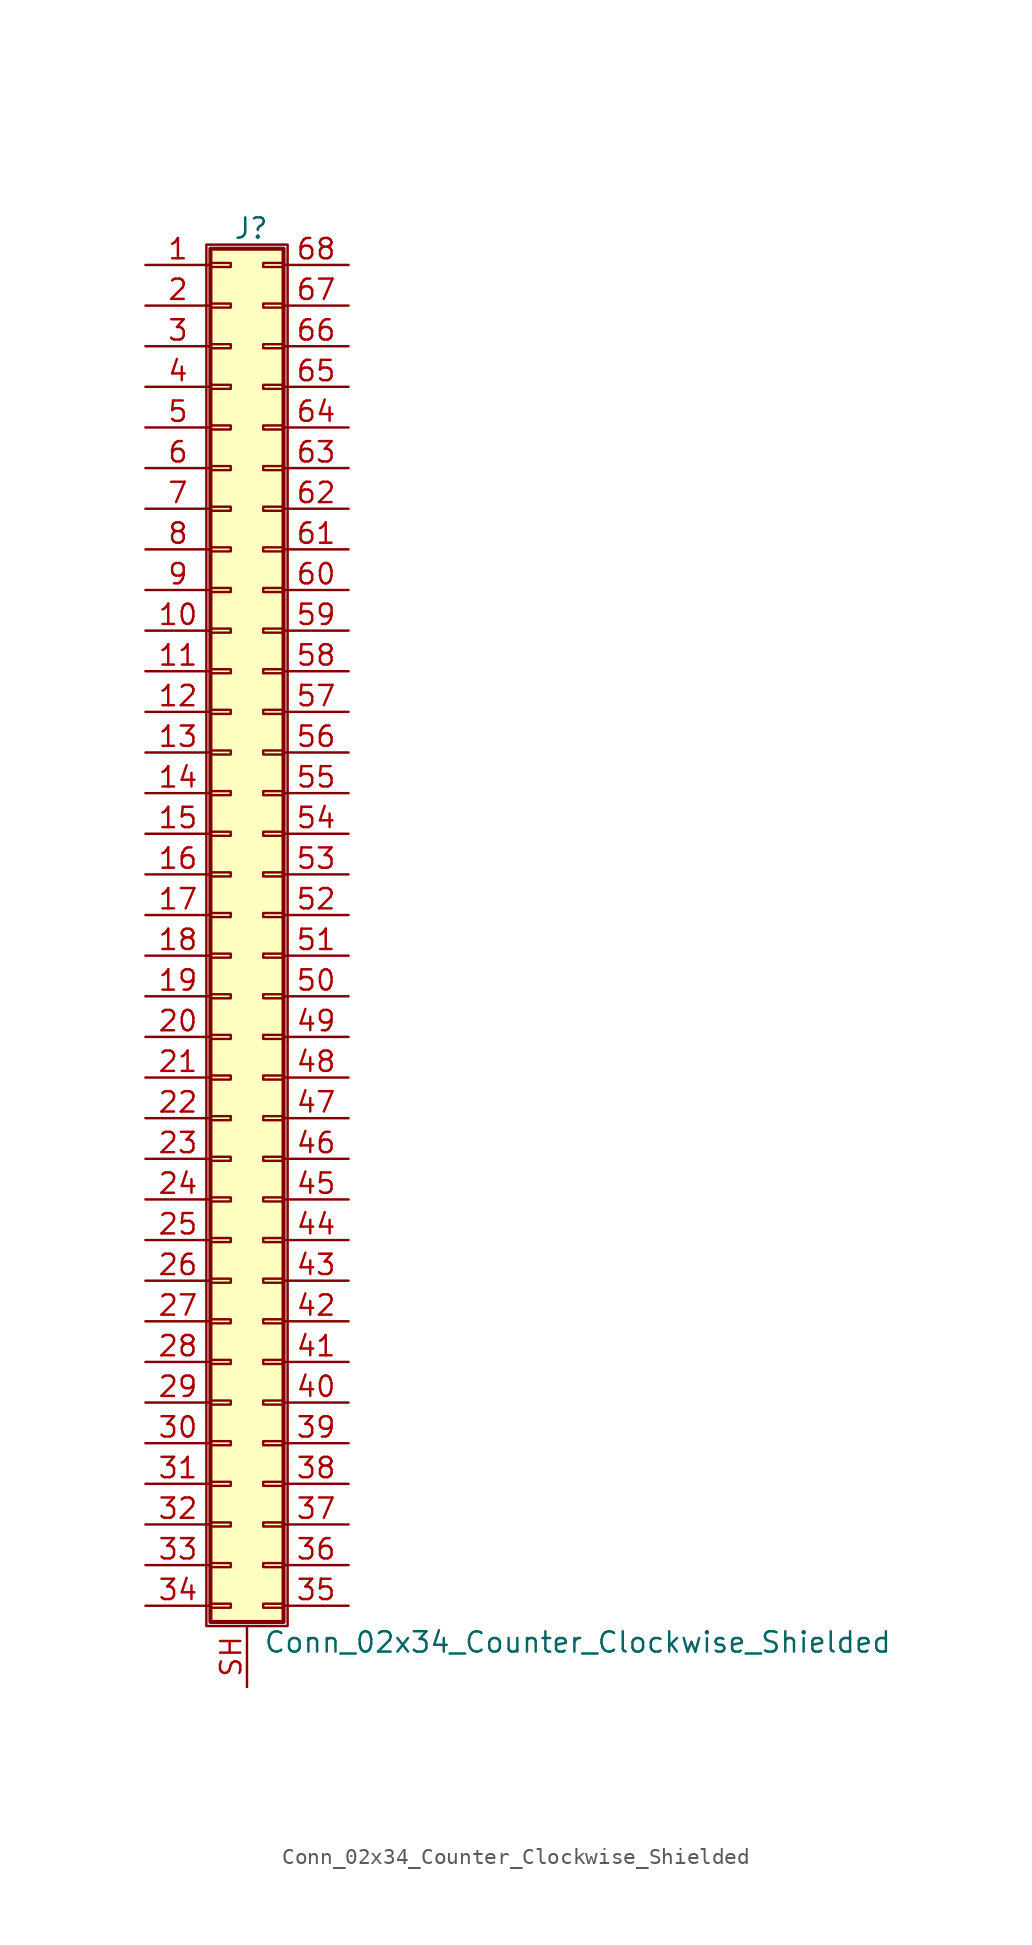
<source format=kicad_sym>
(kicad_symbol_lib
  (version 20201005)
  (generator kicad_symbol_editor)
  (symbol "Conn_02x34_Counter_Clockwise_Shielded"
    (pin_names
      (offset 1.016) hide)
    (property "Reference" "J"
      (at 1.524 42.926 0)
      (effects (font (size 1.27 1.27))))
    (property "Value" "Conn_02x34_Counter_Clockwise_Shielded"
      (at 2.286 -45.466 0)
      (effects (font (size 1.27 1.27)) (justify left)))
    (symbol "Conn_02x34_Counter_Clockwise_Shielded_1_1"
      (rectangle (start -1.27 41.91) (end 3.81 -44.45) (stroke (width 0.152)) (fill (type none)))
      (rectangle (start -1.016 -43.053) (end 0.254 -43.307) (stroke (width 0.152)) (fill (type none)))
      (rectangle (start -1.016 -40.513) (end 0.254 -40.767) (stroke (width 0.152)) (fill (type none)))
      (rectangle (start -1.016 -37.973) (end 0.254 -38.227) (stroke (width 0.152)) (fill (type none)))
      (rectangle (start -1.016 -35.433) (end 0.254 -35.687) (stroke (width 0.152)) (fill (type none)))
      (rectangle (start -1.016 -32.893) (end 0.254 -33.147) (stroke (width 0.152)) (fill (type none)))
      (rectangle (start -1.016 -30.353) (end 0.254 -30.607) (stroke (width 0.152)) (fill (type none)))
      (rectangle (start -1.016 -27.813) (end 0.254 -28.067) (stroke (width 0.152)) (fill (type none)))
      (rectangle (start -1.016 -25.273) (end 0.254 -25.527) (stroke (width 0.152)) (fill (type none)))
      (rectangle (start -1.016 -22.733) (end 0.254 -22.987) (stroke (width 0.152)) (fill (type none)))
      (rectangle (start -1.016 -20.193) (end 0.254 -20.447) (stroke (width 0.152)) (fill (type none)))
      (rectangle (start -1.016 -17.653) (end 0.254 -17.907) (stroke (width 0.152)) (fill (type none)))
      (rectangle (start -1.016 -15.113) (end 0.254 -15.367) (stroke (width 0.152)) (fill (type none)))
      (rectangle (start -1.016 -12.573) (end 0.254 -12.827) (stroke (width 0.152)) (fill (type none)))
      (rectangle (start -1.016 -10.033) (end 0.254 -10.287) (stroke (width 0.152)) (fill (type none)))
      (rectangle (start -1.016 -7.493) (end 0.254 -7.747) (stroke (width 0.152)) (fill (type none)))
      (rectangle (start -1.016 -4.953) (end 0.254 -5.207) (stroke (width 0.152)) (fill (type none)))
      (rectangle (start -1.016 -2.413) (end 0.254 -2.667) (stroke (width 0.152)) (fill (type none)))
      (rectangle (start -1.016 0.127) (end 0.254 -0.127) (stroke (width 0.152)) (fill (type none)))
      (rectangle (start -1.016 2.667) (end 0.254 2.413) (stroke (width 0.152)) (fill (type none)))
      (rectangle (start -1.016 5.207) (end 0.254 4.953) (stroke (width 0.152)) (fill (type none)))
      (rectangle (start -1.016 7.747) (end 0.254 7.493) (stroke (width 0.152)) (fill (type none)))
      (rectangle (start -1.016 10.287) (end 0.254 10.033) (stroke (width 0.152)) (fill (type none)))
      (rectangle (start -1.016 12.827) (end 0.254 12.573) (stroke (width 0.152)) (fill (type none)))
      (rectangle (start -1.016 15.367) (end 0.254 15.113) (stroke (width 0.152)) (fill (type none)))
      (rectangle (start -1.016 17.907) (end 0.254 17.653) (stroke (width 0.152)) (fill (type none)))
      (rectangle (start -1.016 20.447) (end 0.254 20.193) (stroke (width 0.152)) (fill (type none)))
      (rectangle (start -1.016 22.987) (end 0.254 22.733) (stroke (width 0.152)) (fill (type none)))
      (rectangle (start -1.016 25.527) (end 0.254 25.273) (stroke (width 0.152)) (fill (type none)))
      (rectangle (start -1.016 28.067) (end 0.254 27.813) (stroke (width 0.152)) (fill (type none)))
      (rectangle (start -1.016 30.607) (end 0.254 30.353) (stroke (width 0.152)) (fill (type none)))
      (rectangle (start -1.016 33.147) (end 0.254 32.893) (stroke (width 0.152)) (fill (type none)))
      (rectangle (start -1.016 35.687) (end 0.254 35.433) (stroke (width 0.152)) (fill (type none)))
      (rectangle (start -1.016 38.227) (end 0.254 37.973) (stroke (width 0.152)) (fill (type none)))
      (rectangle (start -1.016 40.767) (end 0.254 40.513) (stroke (width 0.152)) (fill (type none)))
      (rectangle (start 3.556 -43.053) (end 2.286 -43.307) (stroke (width 0.152)) (fill (type none)))
      (rectangle (start 3.556 -40.513) (end 2.286 -40.767) (stroke (width 0.152)) (fill (type none)))
      (rectangle (start 3.556 -37.973) (end 2.286 -38.227) (stroke (width 0.152)) (fill (type none)))
      (rectangle (start 3.556 -35.433) (end 2.286 -35.687) (stroke (width 0.152)) (fill (type none)))
      (rectangle (start 3.556 -32.893) (end 2.286 -33.147) (stroke (width 0.152)) (fill (type none)))
      (rectangle (start 3.556 -30.353) (end 2.286 -30.607) (stroke (width 0.152)) (fill (type none)))
      (rectangle (start 3.556 -27.813) (end 2.286 -28.067) (stroke (width 0.152)) (fill (type none)))
      (rectangle (start 3.556 -25.273) (end 2.286 -25.527) (stroke (width 0.152)) (fill (type none)))
      (rectangle (start 3.556 -22.733) (end 2.286 -22.987) (stroke (width 0.152)) (fill (type none)))
      (rectangle (start 3.556 -20.193) (end 2.286 -20.447) (stroke (width 0.152)) (fill (type none)))
      (rectangle (start 3.556 -17.653) (end 2.286 -17.907) (stroke (width 0.152)) (fill (type none)))
      (rectangle (start 3.556 -15.113) (end 2.286 -15.367) (stroke (width 0.152)) (fill (type none)))
      (rectangle (start 3.556 -12.573) (end 2.286 -12.827) (stroke (width 0.152)) (fill (type none)))
      (rectangle (start 3.556 -10.033) (end 2.286 -10.287) (stroke (width 0.152)) (fill (type none)))
      (rectangle (start 3.556 -7.493) (end 2.286 -7.747) (stroke (width 0.152)) (fill (type none)))
      (rectangle (start 3.556 -4.953) (end 2.286 -5.207) (stroke (width 0.152)) (fill (type none)))
      (rectangle (start 3.556 -2.413) (end 2.286 -2.667) (stroke (width 0.152)) (fill (type none)))
      (rectangle (start 3.556 0.127) (end 2.286 -0.127) (stroke (width 0.152)) (fill (type none)))
      (rectangle (start 3.556 2.667) (end 2.286 2.413) (stroke (width 0.152)) (fill (type none)))
      (rectangle (start 3.556 5.207) (end 2.286 4.953) (stroke (width 0.152)) (fill (type none)))
      (rectangle (start 3.556 7.747) (end 2.286 7.493) (stroke (width 0.152)) (fill (type none)))
      (rectangle (start 3.556 10.287) (end 2.286 10.033) (stroke (width 0.152)) (fill (type none)))
      (rectangle (start 3.556 12.827) (end 2.286 12.573) (stroke (width 0.152)) (fill (type none)))
      (rectangle (start 3.556 15.367) (end 2.286 15.113) (stroke (width 0.152)) (fill (type none)))
      (rectangle (start 3.556 17.907) (end 2.286 17.653) (stroke (width 0.152)) (fill (type none)))
      (rectangle (start 3.556 20.447) (end 2.286 20.193) (stroke (width 0.152)) (fill (type none)))
      (rectangle (start 3.556 22.987) (end 2.286 22.733) (stroke (width 0.152)) (fill (type none)))
      (rectangle (start 3.556 25.527) (end 2.286 25.273) (stroke (width 0.152)) (fill (type none)))
      (rectangle (start 3.556 28.067) (end 2.286 27.813) (stroke (width 0.152)) (fill (type none)))
      (rectangle (start 3.556 30.607) (end 2.286 30.353) (stroke (width 0.152)) (fill (type none)))
      (rectangle (start 3.556 33.147) (end 2.286 32.893) (stroke (width 0.152)) (fill (type none)))
      (rectangle (start 3.556 35.687) (end 2.286 35.433) (stroke (width 0.152)) (fill (type none)))
      (rectangle (start 3.556 38.227) (end 2.286 37.973) (stroke (width 0.152)) (fill (type none)))
      (rectangle (start 3.556 40.767) (end 2.286 40.513) (stroke (width 0.152)) (fill (type none)))
      (rectangle (start -1.016 41.656) (end 3.556 -44.196) (stroke (width 0.254)) (fill (type background)))
      (pin passive line (at -5.08 40.64 0) (length 4.064) (name "Pin_1" (effects (font (size 1.27 1.27)))) (number "1" (effects (font (size 1.27 1.27)))))
      (pin passive line (at -5.08 17.78 0) (length 4.064) (name "Pin_10" (effects (font (size 1.27 1.27)))) (number "10" (effects (font (size 1.27 1.27)))))
      (pin passive line (at -5.08 15.24 0) (length 4.064) (name "Pin_11" (effects (font (size 1.27 1.27)))) (number "11" (effects (font (size 1.27 1.27)))))
      (pin passive line (at -5.08 12.7 0) (length 4.064) (name "Pin_12" (effects (font (size 1.27 1.27)))) (number "12" (effects (font (size 1.27 1.27)))))
      (pin passive line (at -5.08 10.16 0) (length 4.064) (name "Pin_13" (effects (font (size 1.27 1.27)))) (number "13" (effects (font (size 1.27 1.27)))))
      (pin passive line (at -5.08 7.62 0) (length 4.064) (name "Pin_14" (effects (font (size 1.27 1.27)))) (number "14" (effects (font (size 1.27 1.27)))))
      (pin passive line (at -5.08 5.08 0) (length 4.064) (name "Pin_15" (effects (font (size 1.27 1.27)))) (number "15" (effects (font (size 1.27 1.27)))))
      (pin passive line (at -5.08 2.54 0) (length 4.064) (name "Pin_16" (effects (font (size 1.27 1.27)))) (number "16" (effects (font (size 1.27 1.27)))))
      (pin passive line (at -5.08 0 0) (length 4.064) (name "Pin_17" (effects (font (size 1.27 1.27)))) (number "17" (effects (font (size 1.27 1.27)))))
      (pin passive line (at -5.08 -2.54 0) (length 4.064) (name "Pin_18" (effects (font (size 1.27 1.27)))) (number "18" (effects (font (size 1.27 1.27)))))
      (pin passive line (at -5.08 -5.08 0) (length 4.064) (name "Pin_19" (effects (font (size 1.27 1.27)))) (number "19" (effects (font (size 1.27 1.27)))))
      (pin passive line (at -5.08 38.1 0) (length 4.064) (name "Pin_2" (effects (font (size 1.27 1.27)))) (number "2" (effects (font (size 1.27 1.27)))))
      (pin passive line (at -5.08 -7.62 0) (length 4.064) (name "Pin_20" (effects (font (size 1.27 1.27)))) (number "20" (effects (font (size 1.27 1.27)))))
      (pin passive line (at -5.08 -10.16 0) (length 4.064) (name "Pin_21" (effects (font (size 1.27 1.27)))) (number "21" (effects (font (size 1.27 1.27)))))
      (pin passive line (at -5.08 -12.7 0) (length 4.064) (name "Pin_22" (effects (font (size 1.27 1.27)))) (number "22" (effects (font (size 1.27 1.27)))))
      (pin passive line (at -5.08 -15.24 0) (length 4.064) (name "Pin_23" (effects (font (size 1.27 1.27)))) (number "23" (effects (font (size 1.27 1.27)))))
      (pin passive line (at -5.08 -17.78 0) (length 4.064) (name "Pin_24" (effects (font (size 1.27 1.27)))) (number "24" (effects (font (size 1.27 1.27)))))
      (pin passive line (at -5.08 -20.32 0) (length 4.064) (name "Pin_25" (effects (font (size 1.27 1.27)))) (number "25" (effects (font (size 1.27 1.27)))))
      (pin passive line (at -5.08 -22.86 0) (length 4.064) (name "Pin_26" (effects (font (size 1.27 1.27)))) (number "26" (effects (font (size 1.27 1.27)))))
      (pin passive line (at -5.08 -25.4 0) (length 4.064) (name "Pin_27" (effects (font (size 1.27 1.27)))) (number "27" (effects (font (size 1.27 1.27)))))
      (pin passive line (at -5.08 -27.94 0) (length 4.064) (name "Pin_28" (effects (font (size 1.27 1.27)))) (number "28" (effects (font (size 1.27 1.27)))))
      (pin passive line (at -5.08 -30.48 0) (length 4.064) (name "Pin_29" (effects (font (size 1.27 1.27)))) (number "29" (effects (font (size 1.27 1.27)))))
      (pin passive line (at -5.08 35.56 0) (length 4.064) (name "Pin_3" (effects (font (size 1.27 1.27)))) (number "3" (effects (font (size 1.27 1.27)))))
      (pin passive line (at -5.08 -33.02 0) (length 4.064) (name "Pin_30" (effects (font (size 1.27 1.27)))) (number "30" (effects (font (size 1.27 1.27)))))
      (pin passive line (at -5.08 -35.56 0) (length 4.064) (name "Pin_31" (effects (font (size 1.27 1.27)))) (number "31" (effects (font (size 1.27 1.27)))))
      (pin passive line (at -5.08 -38.1 0) (length 4.064) (name "Pin_32" (effects (font (size 1.27 1.27)))) (number "32" (effects (font (size 1.27 1.27)))))
      (pin passive line (at -5.08 -40.64 0) (length 4.064) (name "Pin_33" (effects (font (size 1.27 1.27)))) (number "33" (effects (font (size 1.27 1.27)))))
      (pin passive line (at -5.08 -43.18 0) (length 4.064) (name "Pin_34" (effects (font (size 1.27 1.27)))) (number "34" (effects (font (size 1.27 1.27)))))
      (pin passive line (at 7.62 -43.18 180) (length 4.064) (name "Pin_35" (effects (font (size 1.27 1.27)))) (number "35" (effects (font (size 1.27 1.27)))))
      (pin passive line (at 7.62 -40.64 180) (length 4.064) (name "Pin_36" (effects (font (size 1.27 1.27)))) (number "36" (effects (font (size 1.27 1.27)))))
      (pin passive line (at 7.62 -38.1 180) (length 4.064) (name "Pin_37" (effects (font (size 1.27 1.27)))) (number "37" (effects (font (size 1.27 1.27)))))
      (pin passive line (at 7.62 -35.56 180) (length 4.064) (name "Pin_38" (effects (font (size 1.27 1.27)))) (number "38" (effects (font (size 1.27 1.27)))))
      (pin passive line (at 7.62 -33.02 180) (length 4.064) (name "Pin_39" (effects (font (size 1.27 1.27)))) (number "39" (effects (font (size 1.27 1.27)))))
      (pin passive line (at -5.08 33.02 0) (length 4.064) (name "Pin_4" (effects (font (size 1.27 1.27)))) (number "4" (effects (font (size 1.27 1.27)))))
      (pin passive line (at 7.62 -30.48 180) (length 4.064) (name "Pin_40" (effects (font (size 1.27 1.27)))) (number "40" (effects (font (size 1.27 1.27)))))
      (pin passive line (at 7.62 -27.94 180) (length 4.064) (name "Pin_41" (effects (font (size 1.27 1.27)))) (number "41" (effects (font (size 1.27 1.27)))))
      (pin passive line (at 7.62 -25.4 180) (length 4.064) (name "Pin_42" (effects (font (size 1.27 1.27)))) (number "42" (effects (font (size 1.27 1.27)))))
      (pin passive line (at 7.62 -22.86 180) (length 4.064) (name "Pin_43" (effects (font (size 1.27 1.27)))) (number "43" (effects (font (size 1.27 1.27)))))
      (pin passive line (at 7.62 -20.32 180) (length 4.064) (name "Pin_44" (effects (font (size 1.27 1.27)))) (number "44" (effects (font (size 1.27 1.27)))))
      (pin passive line (at 7.62 -17.78 180) (length 4.064) (name "Pin_45" (effects (font (size 1.27 1.27)))) (number "45" (effects (font (size 1.27 1.27)))))
      (pin passive line (at 7.62 -15.24 180) (length 4.064) (name "Pin_46" (effects (font (size 1.27 1.27)))) (number "46" (effects (font (size 1.27 1.27)))))
      (pin passive line (at 7.62 -12.7 180) (length 4.064) (name "Pin_47" (effects (font (size 1.27 1.27)))) (number "47" (effects (font (size 1.27 1.27)))))
      (pin passive line (at 7.62 -10.16 180) (length 4.064) (name "Pin_48" (effects (font (size 1.27 1.27)))) (number "48" (effects (font (size 1.27 1.27)))))
      (pin passive line (at 7.62 -7.62 180) (length 4.064) (name "Pin_49" (effects (font (size 1.27 1.27)))) (number "49" (effects (font (size 1.27 1.27)))))
      (pin passive line (at -5.08 30.48 0) (length 4.064) (name "Pin_5" (effects (font (size 1.27 1.27)))) (number "5" (effects (font (size 1.27 1.27)))))
      (pin passive line (at 7.62 -5.08 180) (length 4.064) (name "Pin_50" (effects (font (size 1.27 1.27)))) (number "50" (effects (font (size 1.27 1.27)))))
      (pin passive line (at 7.62 -2.54 180) (length 4.064) (name "Pin_51" (effects (font (size 1.27 1.27)))) (number "51" (effects (font (size 1.27 1.27)))))
      (pin passive line (at 7.62 0 180) (length 4.064) (name "Pin_52" (effects (font (size 1.27 1.27)))) (number "52" (effects (font (size 1.27 1.27)))))
      (pin passive line (at 7.62 2.54 180) (length 4.064) (name "Pin_53" (effects (font (size 1.27 1.27)))) (number "53" (effects (font (size 1.27 1.27)))))
      (pin passive line (at 7.62 5.08 180) (length 4.064) (name "Pin_54" (effects (font (size 1.27 1.27)))) (number "54" (effects (font (size 1.27 1.27)))))
      (pin passive line (at 7.62 7.62 180) (length 4.064) (name "Pin_55" (effects (font (size 1.27 1.27)))) (number "55" (effects (font (size 1.27 1.27)))))
      (pin passive line (at 7.62 10.16 180) (length 4.064) (name "Pin_56" (effects (font (size 1.27 1.27)))) (number "56" (effects (font (size 1.27 1.27)))))
      (pin passive line (at 7.62 12.7 180) (length 4.064) (name "Pin_57" (effects (font (size 1.27 1.27)))) (number "57" (effects (font (size 1.27 1.27)))))
      (pin passive line (at 7.62 15.24 180) (length 4.064) (name "Pin_58" (effects (font (size 1.27 1.27)))) (number "58" (effects (font (size 1.27 1.27)))))
      (pin passive line (at 7.62 17.78 180) (length 4.064) (name "Pin_59" (effects (font (size 1.27 1.27)))) (number "59" (effects (font (size 1.27 1.27)))))
      (pin passive line (at -5.08 27.94 0) (length 4.064) (name "Pin_6" (effects (font (size 1.27 1.27)))) (number "6" (effects (font (size 1.27 1.27)))))
      (pin passive line (at 7.62 20.32 180) (length 4.064) (name "Pin_60" (effects (font (size 1.27 1.27)))) (number "60" (effects (font (size 1.27 1.27)))))
      (pin passive line (at 7.62 22.86 180) (length 4.064) (name "Pin_61" (effects (font (size 1.27 1.27)))) (number "61" (effects (font (size 1.27 1.27)))))
      (pin passive line (at 7.62 25.4 180) (length 4.064) (name "Pin_62" (effects (font (size 1.27 1.27)))) (number "62" (effects (font (size 1.27 1.27)))))
      (pin passive line (at 7.62 27.94 180) (length 4.064) (name "Pin_63" (effects (font (size 1.27 1.27)))) (number "63" (effects (font (size 1.27 1.27)))))
      (pin passive line (at 7.62 30.48 180) (length 4.064) (name "Pin_64" (effects (font (size 1.27 1.27)))) (number "64" (effects (font (size 1.27 1.27)))))
      (pin passive line (at 7.62 33.02 180) (length 4.064) (name "Pin_65" (effects (font (size 1.27 1.27)))) (number "65" (effects (font (size 1.27 1.27)))))
      (pin passive line (at 7.62 35.56 180) (length 4.064) (name "Pin_66" (effects (font (size 1.27 1.27)))) (number "66" (effects (font (size 1.27 1.27)))))
      (pin passive line (at 7.62 38.1 180) (length 4.064) (name "Pin_67" (effects (font (size 1.27 1.27)))) (number "67" (effects (font (size 1.27 1.27)))))
      (pin passive line (at 7.62 40.64 180) (length 4.064) (name "Pin_68" (effects (font (size 1.27 1.27)))) (number "68" (effects (font (size 1.27 1.27)))))
      (pin passive line (at -5.08 25.4 0) (length 4.064) (name "Pin_7" (effects (font (size 1.27 1.27)))) (number "7" (effects (font (size 1.27 1.27)))))
      (pin passive line (at -5.08 22.86 0) (length 4.064) (name "Pin_8" (effects (font (size 1.27 1.27)))) (number "8" (effects (font (size 1.27 1.27)))))
      (pin passive line (at -5.08 20.32 0) (length 4.064) (name "Pin_9" (effects (font (size 1.27 1.27)))) (number "9" (effects (font (size 1.27 1.27)))))
      (pin passive line (at 1.27 -48.26 90) (length 3.81) (name "Shield" (effects (font (size 1.27 1.27)))) (number "SH" (effects (font (size 1.27 1.27))))))))
</source>
